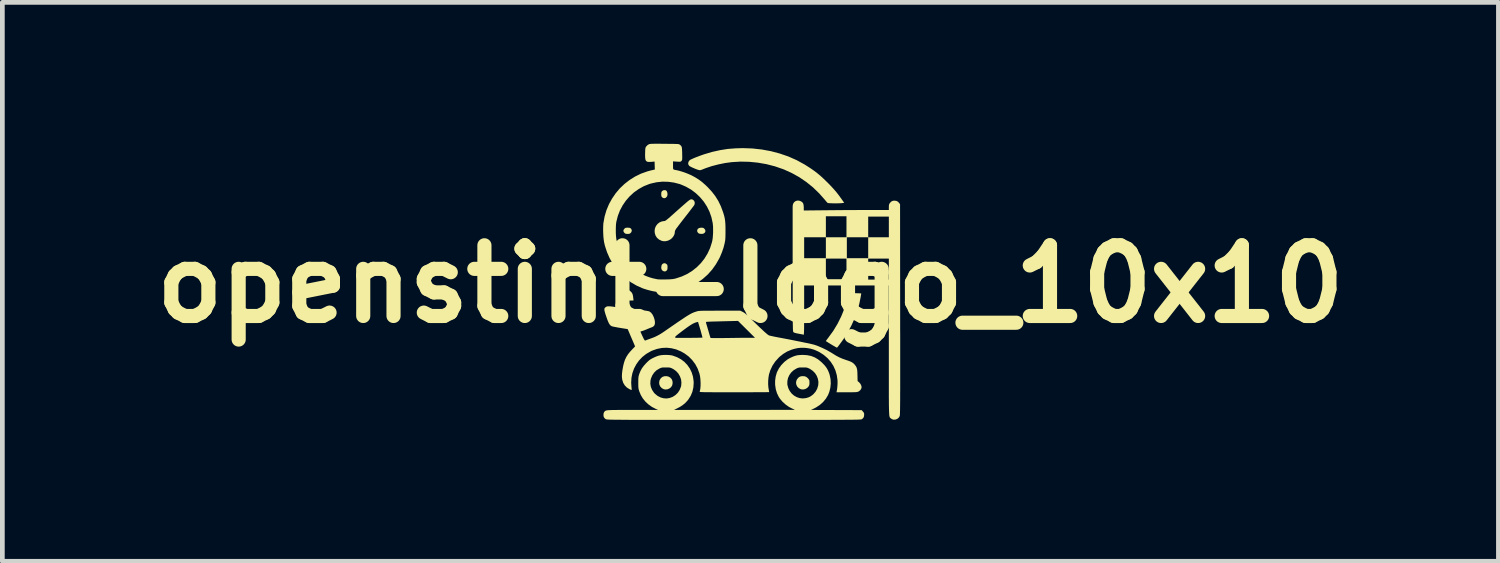
<source format=kicad_pcb>
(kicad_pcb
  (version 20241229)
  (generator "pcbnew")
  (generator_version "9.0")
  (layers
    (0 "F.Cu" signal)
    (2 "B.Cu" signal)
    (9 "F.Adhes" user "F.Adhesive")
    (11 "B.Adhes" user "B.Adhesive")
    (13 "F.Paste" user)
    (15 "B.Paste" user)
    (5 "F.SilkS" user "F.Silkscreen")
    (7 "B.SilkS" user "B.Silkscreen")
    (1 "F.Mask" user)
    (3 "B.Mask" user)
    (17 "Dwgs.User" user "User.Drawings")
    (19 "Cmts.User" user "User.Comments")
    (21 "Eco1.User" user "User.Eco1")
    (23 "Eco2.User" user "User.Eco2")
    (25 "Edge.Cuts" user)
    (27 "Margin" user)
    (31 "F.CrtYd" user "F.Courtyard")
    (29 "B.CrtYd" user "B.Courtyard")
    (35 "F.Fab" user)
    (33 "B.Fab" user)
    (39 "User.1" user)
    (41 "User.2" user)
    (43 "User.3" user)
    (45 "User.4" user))
  (footprint "openstint-logo_10x10"
    (layer "F.Cu")
    (at 12.871 2.976)
    (property "Reference" "openstint-logo_10x10" (at 0 0 0) (layer "F.SilkS") (effects (font (size 1.5 1.5) (thickness 0.3))))
    (attr board_only exclude_from_pos_files exclude_from_bom)
    (fp_poly (pts (xy -1.793 -1.987) (xy -1.777 -1.974) (xy -1.765 -1.949) (xy -1.759 -1.917) (xy -1.758 -1.902) (xy -1.764 -1.869) (xy -1.779 -1.844) (xy -1.801 -1.827) (xy -1.827 -1.82) (xy -1.853 -1.826) (xy -1.872 -1.84) (xy -1.883 -1.853) (xy -1.889 -1.87) (xy -1.891 -1.894) (xy -1.891 -1.906) (xy -1.89 -1.935) (xy -1.885 -1.954) (xy -1.877 -1.968) (xy -1.872 -1.973) (xy -1.846 -1.989) (xy -1.814 -1.992)) (stroke (width 0) (type solid)) (fill yes) (layer "F.SilkS"))
    (fp_poly (pts (xy -1.014 -1.194) (xy -0.996 -1.189) (xy -0.98 -1.177) (xy -0.976 -1.173) (xy -0.957 -1.145) (xy -0.954 -1.118) (xy -0.964 -1.093) (xy -0.989 -1.072) (xy -0.99 -1.072) (xy -1.014 -1.065) (xy -1.045 -1.063) (xy -1.076 -1.067) (xy -1.094 -1.073) (xy -1.115 -1.091) (xy -1.128 -1.117) (xy -1.128 -1.144) (xy -1.128 -1.144) (xy -1.114 -1.171) (xy -1.088 -1.188) (xy -1.051 -1.195) (xy -1.041 -1.195)) (stroke (width 0) (type solid)) (fill yes) (layer "F.SilkS"))
    (fp_poly (pts (xy -1.797 -0.435) (xy -1.776 -0.42) (xy -1.765 -0.408) (xy -1.76 -0.392) (xy -1.758 -0.369) (xy -1.758 -0.354) (xy -1.759 -0.325) (xy -1.763 -0.306) (xy -1.771 -0.292) (xy -1.777 -0.285) (xy -1.803 -0.268) (xy -1.831 -0.267) (xy -1.858 -0.28) (xy -1.868 -0.288) (xy -1.883 -0.308) (xy -1.89 -0.329) (xy -1.891 -0.347) (xy -1.887 -0.385) (xy -1.877 -0.412) (xy -1.857 -0.431) (xy -1.852 -0.434) (xy -1.824 -0.442)) (stroke (width 0) (type solid)) (fill yes) (layer "F.SilkS"))
    (fp_poly (pts (xy -1.735 1.965) (xy -1.698 1.987) (xy -1.67 2.018) (xy -1.654 2.056) (xy -1.649 2.099) (xy -1.657 2.144) (xy -1.665 2.162) (xy -1.689 2.195) (xy -1.724 2.22) (xy -1.764 2.235) (xy -1.807 2.238) (xy -1.839 2.231) (xy -1.88 2.209) (xy -1.91 2.177) (xy -1.93 2.138) (xy -1.936 2.095) (xy -1.929 2.051) (xy -1.926 2.041) (xy -1.901 2) (xy -1.868 1.972) (xy -1.826 1.957) (xy -1.78 1.955)) (stroke (width 0) (type solid)) (fill yes) (layer "F.SilkS"))
    (fp_poly (pts (xy -2.573 -1.194) (xy -2.555 -1.19) (xy -2.54 -1.181) (xy -2.535 -1.176) (xy -2.518 -1.15) (xy -2.517 -1.123) (xy -2.53 -1.095) (xy -2.539 -1.085) (xy -2.554 -1.072) (xy -2.571 -1.065) (xy -2.594 -1.063) (xy -2.606 -1.063) (xy -2.633 -1.064) (xy -2.651 -1.069) (xy -2.666 -1.079) (xy -2.673 -1.085) (xy -2.689 -1.108) (xy -2.695 -1.129) (xy -2.689 -1.15) (xy -2.673 -1.173) (xy -2.658 -1.186) (xy -2.643 -1.192) (xy -2.622 -1.195) (xy -2.602 -1.195)) (stroke (width 0) (type solid)) (fill yes) (layer "F.SilkS"))
    (fp_poly (pts (xy 1.149 1.957) (xy 1.185 1.97) (xy 1.217 1.996) (xy 1.23 2.011) (xy 1.243 2.029) (xy 1.251 2.046) (xy 1.253 2.068) (xy 1.254 2.093) (xy 1.253 2.125) (xy 1.248 2.148) (xy 1.239 2.167) (xy 1.235 2.174) (xy 1.204 2.206) (xy 1.166 2.228) (xy 1.123 2.238) (xy 1.081 2.235) (xy 1.068 2.231) (xy 1.026 2.209) (xy 0.996 2.178) (xy 0.977 2.14) (xy 0.969 2.1) (xy 0.974 2.058) (xy 0.991 2.019) (xy 1.022 1.985) (xy 1.028 1.979) (xy 1.05 1.966) (xy 1.075 1.958) (xy 1.105 1.955)) (stroke (width 0) (type solid)) (fill yes) (layer "F.SilkS"))
    (fp_poly (pts (xy -2.716 0.033) (xy -2.679 0.061) (xy -2.64 0.089) (xy -2.603 0.114) (xy -2.584 0.126) (xy -2.544 0.154) (xy -2.517 0.182) (xy -2.5 0.214) (xy -2.49 0.254) (xy -2.488 0.271) (xy -2.485 0.299) (xy -2.482 0.323) (xy -2.48 0.334) (xy -2.479 0.341) (xy -2.481 0.346) (xy -2.489 0.349) (xy -2.505 0.351) (xy -2.532 0.351) (xy -2.568 0.35) (xy -2.611 0.349) (xy -2.653 0.348) (xy -2.689 0.347) (xy -2.708 0.346) (xy -2.756 0.343) (xy -2.765 0.279) (xy -2.771 0.235) (xy -2.776 0.186) (xy -2.781 0.136) (xy -2.785 0.088) (xy -2.788 0.047) (xy -2.789 0.016) (xy -2.789 0.01) (xy -2.789 -0.023)) (stroke (width 0) (type solid)) (fill yes) (layer "F.SilkS"))
    (fp_poly (pts (xy 2.272 0.196) (xy 2.308 0.197) (xy 2.334 0.198) (xy 2.349 0.2) (xy 2.352 0.202) (xy 2.35 0.216) (xy 2.346 0.242) (xy 2.34 0.277) (xy 2.332 0.317) (xy 2.323 0.36) (xy 2.315 0.401) (xy 2.307 0.437) (xy 2.3 0.462) (xy 2.26 0.599) (xy 2.208 0.739) (xy 2.144 0.879) (xy 2.072 1.015) (xy 2.01 1.117) (xy 1.991 1.146) (xy 1.968 1.18) (xy 1.942 1.216) (xy 1.916 1.251) (xy 1.891 1.285) (xy 1.869 1.314) (xy 1.852 1.336) (xy 1.84 1.349) (xy 1.837 1.351) (xy 1.829 1.347) (xy 1.81 1.337) (xy 1.782 1.321) (xy 1.747 1.301) (xy 1.717 1.283) (xy 1.68 1.26) (xy 1.647 1.24) (xy 1.622 1.224) (xy 1.606 1.214) (xy 1.602 1.21) (xy 1.606 1.203) (xy 1.619 1.185) (xy 1.636 1.162) (xy 1.653 1.14) (xy 1.759 0.994) (xy 1.85 0.843) (xy 1.928 0.687) (xy 1.992 0.528) (xy 2.04 0.367) (xy 2.051 0.324) (xy 2.061 0.28) (xy 2.07 0.247) (xy 2.081 0.224) (xy 2.096 0.209) (xy 2.117 0.201) (xy 2.147 0.197) (xy 2.189 0.195) (xy 2.231 0.195)) (stroke (width 0) (type solid)) (fill yes) (layer "F.SilkS"))
    (fp_poly (pts (xy -1.222 -1.79) (xy -1.199 -1.771) (xy -1.184 -1.745) (xy -1.18 -1.721) (xy -1.183 -1.697) (xy -1.189 -1.677) (xy -1.19 -1.675) (xy -1.197 -1.666) (xy -1.212 -1.645) (xy -1.235 -1.615) (xy -1.264 -1.577) (xy -1.298 -1.532) (xy -1.337 -1.482) (xy -1.38 -1.427) (xy -1.4 -1.401) (xy -1.45 -1.337) (xy -1.49 -1.285) (xy -1.523 -1.242) (xy -1.548 -1.208) (xy -1.568 -1.182) (xy -1.582 -1.161) (xy -1.591 -1.145) (xy -1.597 -1.133) (xy -1.6 -1.123) (xy -1.602 -1.114) (xy -1.602 -1.108) (xy -1.609 -1.06) (xy -1.63 -1.015) (xy -1.661 -0.976) (xy -1.7 -0.944) (xy -1.746 -0.921) (xy -1.795 -0.909) (xy -1.845 -0.908) (xy -1.884 -0.917) (xy -1.939 -0.944) (xy -1.981 -0.98) (xy -2.011 -1.026) (xy -2.028 -1.08) (xy -2.032 -1.131) (xy -2.024 -1.183) (xy -2.003 -1.231) (xy -1.971 -1.273) (xy -1.93 -1.306) (xy -1.882 -1.327) (xy -1.83 -1.336) (xy -1.825 -1.336) (xy -1.815 -1.338) (xy -1.803 -1.343) (xy -1.787 -1.354) (xy -1.765 -1.371) (xy -1.736 -1.395) (xy -1.698 -1.428) (xy -1.664 -1.458) (xy -1.588 -1.526) (xy -1.523 -1.584) (xy -1.468 -1.633) (xy -1.421 -1.674) (xy -1.383 -1.707) (xy -1.352 -1.734) (xy -1.327 -1.755) (xy -1.307 -1.771) (xy -1.291 -1.782) (xy -1.279 -1.789) (xy -1.269 -1.794) (xy -1.261 -1.796) (xy -1.254 -1.797) (xy -1.249 -1.797)) (stroke (width 0) (type solid)) (fill yes) (layer "F.SilkS"))
    (fp_poly (pts (xy 0.042 -2.876) (xy 0.242 -2.854) (xy 0.437 -2.818) (xy 0.625 -2.768) (xy 0.808 -2.705) (xy 0.984 -2.627) (xy 1.152 -2.535) (xy 1.277 -2.455) (xy 1.35 -2.404) (xy 1.416 -2.354) (xy 1.479 -2.302) (xy 1.542 -2.245) (xy 1.61 -2.179) (xy 1.637 -2.153) (xy 1.707 -2.081) (xy 1.768 -2.015) (xy 1.824 -1.95) (xy 1.877 -1.882) (xy 1.931 -1.808) (xy 1.936 -1.8) (xy 1.991 -1.723) (xy 1.955 -1.718) (xy 1.927 -1.715) (xy 1.89 -1.713) (xy 1.848 -1.712) (xy 1.803 -1.711) (xy 1.758 -1.712) (xy 1.716 -1.713) (xy 1.681 -1.715) (xy 1.654 -1.717) (xy 1.64 -1.72) (xy 1.639 -1.721) (xy 1.628 -1.731) (xy 1.611 -1.75) (xy 1.591 -1.774) (xy 1.585 -1.782) (xy 1.461 -1.922) (xy 1.329 -2.05) (xy 1.188 -2.164) (xy 1.038 -2.266) (xy 0.88 -2.354) (xy 0.715 -2.429) (xy 0.694 -2.437) (xy 0.52 -2.497) (xy 0.341 -2.543) (xy 0.158 -2.575) (xy -0.026 -2.593) (xy -0.211 -2.597) (xy -0.393 -2.586) (xy -0.536 -2.567) (xy -0.682 -2.537) (xy -0.82 -2.501) (xy -0.948 -2.458) (xy -1.006 -2.435) (xy -1.034 -2.424) (xy -1.058 -2.417) (xy -1.073 -2.414) (xy -1.091 -2.418) (xy -1.12 -2.426) (xy -1.156 -2.439) (xy -1.194 -2.455) (xy -1.231 -2.471) (xy -1.264 -2.487) (xy -1.288 -2.501) (xy -1.299 -2.509) (xy -1.316 -2.536) (xy -1.32 -2.566) (xy -1.31 -2.597) (xy -1.288 -2.626) (xy -1.282 -2.631) (xy -1.266 -2.64) (xy -1.238 -2.653) (xy -1.201 -2.67) (xy -1.157 -2.688) (xy -1.109 -2.706) (xy -1.059 -2.725) (xy -1.011 -2.742) (xy -0.979 -2.753) (xy -0.81 -2.803) (xy -0.644 -2.84) (xy -0.479 -2.866) (xy -0.309 -2.879) (xy -0.164 -2.883)) (stroke (width 0) (type solid)) (fill yes) (layer "F.SilkS"))
    (fp_poly (pts (xy 1.032 -1.769) (xy 1.066 -1.758) (xy 1.096 -1.74) (xy 1.116 -1.718) (xy 1.127 -1.688) (xy 1.132 -1.648) (xy 1.133 -1.625) (xy 1.133 -1.56) (xy 1.608 -1.565) (xy 1.71 -1.566) (xy 1.823 -1.567) (xy 1.941 -1.568) (xy 2.062 -1.569) (xy 2.183 -1.569) (xy 2.298 -1.57) (xy 2.405 -1.57) (xy 2.501 -1.57) (xy 2.51 -1.57) (xy 2.938 -1.57) (xy 2.938 -1.628) (xy 2.939 -1.661) (xy 2.942 -1.685) (xy 2.95 -1.703) (xy 2.955 -1.711) (xy 2.982 -1.743) (xy 3.012 -1.762) (xy 3.047 -1.769) (xy 3.057 -1.769) (xy 3.099 -1.763) (xy 3.132 -1.746) (xy 3.159 -1.716) (xy 3.176 -1.692) (xy 3.178 0.539) (xy 3.178 0.761) (xy 3.178 0.968) (xy 3.179 1.161) (xy 3.179 1.339) (xy 3.179 1.504) (xy 3.179 1.656) (xy 3.179 1.795) (xy 3.179 1.923) (xy 3.179 2.039) (xy 3.179 2.145) (xy 3.179 2.24) (xy 3.178 2.326) (xy 3.178 2.402) (xy 3.178 2.47) (xy 3.177 2.529) (xy 3.177 2.581) (xy 3.176 2.626) (xy 3.176 2.664) (xy 3.175 2.697) (xy 3.174 2.724) (xy 3.174 2.746) (xy 3.173 2.763) (xy 3.172 2.777) (xy 3.171 2.788) (xy 3.17 2.795) (xy 3.168 2.801) (xy 3.168 2.803) (xy 3.147 2.837) (xy 3.116 2.862) (xy 3.078 2.876) (xy 3.037 2.878) (xy 3.025 2.875) (xy 3 2.865) (xy 2.979 2.851) (xy 2.974 2.846) (xy 2.969 2.842) (xy 2.965 2.839) (xy 2.961 2.834) (xy 2.958 2.828) (xy 2.955 2.82) (xy 2.952 2.809) (xy 2.949 2.795) (xy 2.947 2.777) (xy 2.945 2.754) (xy 2.944 2.725) (xy 2.942 2.69) (xy 2.941 2.648) (xy 2.94 2.599) (xy 2.939 2.541) (xy 2.939 2.475) (xy 2.938 2.398) (xy 2.938 2.312) (xy 2.938 2.214) (xy 2.938 2.105) (xy 2.938 1.984) (xy 2.938 1.849) (xy 2.938 1.7) (xy 2.938 1.538) (xy 2.938 1.411) (xy 2.938 0.031) (xy 2.039 0.031) (xy 1.141 0.031) (xy 1.141 0.555) (xy 1.141 0.659) (xy 1.141 0.747) (xy 1.14 0.823) (xy 1.14 0.886) (xy 1.14 0.937) (xy 1.139 0.979) (xy 1.138 1.011) (xy 1.137 1.036) (xy 1.136 1.053) (xy 1.135 1.065) (xy 1.133 1.072) (xy 1.131 1.075) (xy 1.128 1.076) (xy 1.127 1.075) (xy 1.114 1.072) (xy 1.09 1.067) (xy 1.057 1.061) (xy 1.021 1.054) (xy 0.976 1.045) (xy 0.945 1.037) (xy 0.925 1.029) (xy 0.914 1.021) (xy 0.912 1.019) (xy 0.91 1.015) (xy 0.908 1.011) (xy 0.907 1.004) (xy 0.906 0.994) (xy 0.904 0.98) (xy 0.903 0.962) (xy 0.902 0.939) (xy 0.902 0.91) (xy 0.901 0.874) (xy 0.9 0.832) (xy 0.9 0.781) (xy 0.899 0.722) (xy 0.899 0.654) (xy 0.899 0.575) (xy 0.898 0.486) (xy 0.898 0.386) (xy 0.898 0.273) (xy 0.898 0.148) (xy 0.898 0.009) (xy 0.898 -0.144) (xy 0.897 -0.312) (xy 0.897 -0.316) (xy 0.897 -0.32) (xy 1.602 -0.32) (xy 1.602 -0.102) (xy 1.82 -0.102) (xy 2.039 -0.102) (xy 2.039 -0.316) (xy 2.5 -0.316) (xy 2.5 -0.094) (xy 2.719 -0.094) (xy 2.938 -0.094) (xy 2.938 -0.316) (xy 2.938 -0.539) (xy 2.719 -0.539) (xy 2.5 -0.539) (xy 2.5 -0.316) (xy 2.039 -0.316) (xy 2.039 -0.32) (xy 2.039 -0.539) (xy 1.82 -0.539) (xy 1.602 -0.539) (xy 1.602 -0.32) (xy 0.897 -0.32) (xy 0.897 -0.459) (xy 0.897 -0.598) (xy 0.897 -0.732) (xy 0.897 -0.86) (xy 0.897 -0.982) (xy 0.897 -0.992) (xy 1.141 -0.992) (xy 1.141 -0.77) (xy 1.141 -0.547) (xy 1.371 -0.547) (xy 1.602 -0.547) (xy 1.602 -0.77) (xy 1.602 -0.992) (xy 1.82 -0.992) (xy 2.039 -0.992) (xy 2.047 -0.992) (xy 2.047 -0.77) (xy 2.047 -0.547) (xy 2.274 -0.547) (xy 2.5 -0.547) (xy 2.5 -0.77) (xy 2.5 -0.992) (xy 2.719 -0.992) (xy 2.938 -0.992) (xy 2.938 -1.211) (xy 2.938 -1.43) (xy 2.719 -1.43) (xy 2.5 -1.43) (xy 2.5 -1.211) (xy 2.5 -0.992) (xy 2.274 -0.992) (xy 2.047 -0.992) (xy 2.039 -0.992) (xy 2.039 -1.215) (xy 2.039 -1.438) (xy 1.82 -1.438) (xy 1.602 -1.438) (xy 1.602 -1.215) (xy 1.602 -0.992) (xy 1.371 -0.992) (xy 1.141 -0.992) (xy 0.897 -0.992) (xy 0.897 -1.097) (xy 0.897 -1.203) (xy 0.897 -1.301) (xy 0.897 -1.388) (xy 0.897 -1.465) (xy 0.897 -1.531) (xy 0.897 -1.585) (xy 0.897 -1.625) (xy 0.898 -1.651) (xy 0.898 -1.663) (xy 0.898 -1.663) (xy 0.907 -1.703) (xy 0.928 -1.735) (xy 0.957 -1.758) (xy 0.993 -1.77)) (stroke (width 0) (type solid)) (fill yes) (layer "F.SilkS"))
    (fp_poly (pts (xy -1.922 -2.976) (xy -1.85 -2.975) (xy -1.823 -2.975) (xy -1.746 -2.974) (xy -1.683 -2.974) (xy -1.633 -2.973) (xy -1.593 -2.972) (xy -1.563 -2.971) (xy -1.541 -2.97) (xy -1.525 -2.968) (xy -1.514 -2.965) (xy -1.506 -2.962) (xy -1.501 -2.958) (xy -1.5 -2.958) (xy -1.482 -2.944) (xy -1.47 -2.931) (xy -1.461 -2.916) (xy -1.454 -2.896) (xy -1.451 -2.87) (xy -1.449 -2.834) (xy -1.447 -2.786) (xy -1.447 -2.767) (xy -1.446 -2.718) (xy -1.446 -2.682) (xy -1.446 -2.656) (xy -1.448 -2.639) (xy -1.451 -2.628) (xy -1.456 -2.62) (xy -1.462 -2.612) (xy -1.462 -2.612) (xy -1.471 -2.603) (xy -1.48 -2.597) (xy -1.493 -2.595) (xy -1.513 -2.594) (xy -1.544 -2.596) (xy -1.561 -2.597) (xy -1.641 -2.602) (xy -1.641 -2.516) (xy -1.641 -2.478) (xy -1.64 -2.453) (xy -1.636 -2.438) (xy -1.626 -2.429) (xy -1.608 -2.423) (xy -1.578 -2.417) (xy -1.559 -2.414) (xy -1.51 -2.402) (xy -1.452 -2.385) (xy -1.389 -2.364) (xy -1.328 -2.34) (xy -1.272 -2.316) (xy -1.248 -2.305) (xy -1.167 -2.261) (xy -1.094 -2.215) (xy -1.025 -2.164) (xy -0.956 -2.103) (xy -0.906 -2.055) (xy -0.818 -1.96) (xy -0.744 -1.864) (xy -0.681 -1.763) (xy -0.628 -1.654) (xy -0.591 -1.556) (xy -0.571 -1.498) (xy -0.556 -1.447) (xy -0.545 -1.399) (xy -0.537 -1.351) (xy -0.532 -1.299) (xy -0.529 -1.24) (xy -0.528 -1.17) (xy -0.528 -1.133) (xy -0.528 -1.071) (xy -0.529 -1.022) (xy -0.53 -0.983) (xy -0.532 -0.951) (xy -0.535 -0.923) (xy -0.54 -0.897) (xy -0.545 -0.869) (xy -0.57 -0.77) (xy -0.602 -0.677) (xy -0.641 -0.583) (xy -0.66 -0.543) (xy -0.731 -0.419) (xy -0.812 -0.305) (xy -0.905 -0.201) (xy -1.008 -0.109) (xy -1.121 -0.028) (xy -1.242 0.04) (xy -1.372 0.096) (xy -1.51 0.139) (xy -1.556 0.15) (xy -1.593 0.156) (xy -1.642 0.161) (xy -1.7 0.165) (xy -1.762 0.168) (xy -1.825 0.169) (xy -1.886 0.17) (xy -1.942 0.168) (xy -1.987 0.165) (xy -2.004 0.164) (xy -2.061 0.154) (xy -2.127 0.139) (xy -2.194 0.121) (xy -2.257 0.101) (xy -2.289 0.09) (xy -2.415 0.033) (xy -2.534 -0.036) (xy -2.644 -0.118) (xy -2.746 -0.211) (xy -2.837 -0.314) (xy -2.917 -0.427) (xy -2.986 -0.548) (xy -3.042 -0.676) (xy -3.086 -0.811) (xy -3.102 -0.879) (xy -3.111 -0.934) (xy -3.118 -1) (xy -3.122 -1.073) (xy -3.124 -1.146) (xy -3.124 -1.152) (xy -2.855 -1.152) (xy -2.855 -1.089) (xy -2.852 -1.029) (xy -2.847 -0.976) (xy -2.841 -0.938) (xy -2.807 -0.813) (xy -2.76 -0.695) (xy -2.701 -0.584) (xy -2.629 -0.482) (xy -2.547 -0.39) (xy -2.454 -0.308) (xy -2.351 -0.238) (xy -2.292 -0.205) (xy -2.221 -0.172) (xy -2.149 -0.145) (xy -2.073 -0.122) (xy -1.986 -0.103) (xy -1.961 -0.099) (xy -1.947 -0.098) (xy -1.921 -0.097) (xy -1.884 -0.097) (xy -1.841 -0.097) (xy -1.797 -0.097) (xy -1.742 -0.098) (xy -1.7 -0.1) (xy -1.666 -0.103) (xy -1.637 -0.106) (xy -1.609 -0.112) (xy -1.579 -0.119) (xy -1.576 -0.12) (xy -1.455 -0.16) (xy -1.34 -0.213) (xy -1.234 -0.279) (xy -1.137 -0.356) (xy -1.049 -0.444) (xy -0.973 -0.541) (xy -0.908 -0.648) (xy -0.855 -0.762) (xy -0.816 -0.884) (xy -0.808 -0.918) (xy -0.8 -0.965) (xy -0.795 -1.023) (xy -0.791 -1.087) (xy -0.791 -1.154) (xy -0.792 -1.217) (xy -0.797 -1.274) (xy -0.8 -1.297) (xy -0.827 -1.419) (xy -0.868 -1.536) (xy -0.923 -1.646) (xy -0.989 -1.748) (xy -1.068 -1.842) (xy -1.157 -1.927) (xy -1.255 -2.001) (xy -1.363 -2.063) (xy -1.478 -2.113) (xy -1.501 -2.121) (xy -1.62 -2.152) (xy -1.742 -2.169) (xy -1.866 -2.172) (xy -1.989 -2.159) (xy -2.11 -2.132) (xy -2.146 -2.121) (xy -2.262 -2.075) (xy -2.37 -2.015) (xy -2.47 -1.944) (xy -2.561 -1.861) (xy -2.642 -1.768) (xy -2.711 -1.667) (xy -2.769 -1.558) (xy -2.813 -1.442) (xy -2.844 -1.32) (xy -2.845 -1.313) (xy -2.851 -1.268) (xy -2.854 -1.213) (xy -2.855 -1.152) (xy -3.124 -1.152) (xy -3.123 -1.215) (xy -3.12 -1.276) (xy -3.118 -1.294) (xy -3.093 -1.432) (xy -3.054 -1.565) (xy -3.001 -1.692) (xy -2.935 -1.812) (xy -2.858 -1.925) (xy -2.77 -2.029) (xy -2.671 -2.123) (xy -2.563 -2.207) (xy -2.446 -2.28) (xy -2.322 -2.341) (xy -2.19 -2.388) (xy -2.127 -2.406) (xy -2.095 -2.413) (xy -2.067 -2.42) (xy -2.049 -2.424) (xy -2.047 -2.425) (xy -2.027 -2.429) (xy -2.03 -2.514) (xy -2.032 -2.598) (xy -2.103 -2.592) (xy -2.144 -2.59) (xy -2.176 -2.592) (xy -2.199 -2.6) (xy -2.216 -2.616) (xy -2.227 -2.641) (xy -2.232 -2.677) (xy -2.234 -2.725) (xy -2.233 -2.782) (xy -2.232 -2.825) (xy -2.23 -2.856) (xy -2.228 -2.878) (xy -2.224 -2.894) (xy -2.218 -2.906) (xy -2.211 -2.917) (xy -2.191 -2.939) (xy -2.166 -2.958) (xy -2.159 -2.962) (xy -2.15 -2.965) (xy -2.141 -2.969) (xy -2.129 -2.971) (xy -2.114 -2.973) (xy -2.093 -2.975) (xy -2.065 -2.975) (xy -2.028 -2.976) (xy -1.981 -2.976)) (stroke (width 0) (type solid)) (fill yes) (layer "F.SilkS"))
    (fp_poly (pts (xy 1.205 1.51) (xy 1.289 1.527) (xy 1.366 1.557) (xy 1.438 1.6) (xy 1.509 1.658) (xy 1.531 1.68) (xy 1.58 1.731) (xy 1.617 1.78) (xy 1.646 1.831) (xy 1.67 1.889) (xy 1.684 1.934) (xy 1.701 2.019) (xy 1.706 2.108) (xy 1.697 2.198) (xy 1.676 2.285) (xy 1.649 2.354) (xy 1.602 2.433) (xy 1.543 2.504) (xy 1.472 2.567) (xy 1.391 2.62) (xy 1.356 2.638) (xy 1.285 2.672) (xy 1.823 2.674) (xy 2.361 2.676) (xy 2.387 2.705) (xy 2.404 2.725) (xy 2.412 2.743) (xy 2.414 2.767) (xy 2.414 2.776) (xy 2.409 2.816) (xy 2.392 2.847) (xy 2.362 2.87) (xy 2.359 2.871) (xy 2.356 2.872) (xy 2.35 2.873) (xy 2.34 2.874) (xy 2.326 2.875) (xy 2.309 2.876) (xy 2.286 2.877) (xy 2.258 2.878) (xy 2.225 2.878) (xy 2.185 2.879) (xy 2.138 2.879) (xy 2.085 2.88) (xy 2.024 2.88) (xy 1.954 2.881) (xy 1.876 2.881) (xy 1.789 2.881) (xy 1.693 2.882) (xy 1.586 2.882) (xy 1.47 2.882) (xy 1.342 2.882) (xy 1.202 2.882) (xy 1.051 2.883) (xy 0.888 2.883) (xy 0.711 2.883) (xy 0.522 2.883) (xy 0.318 2.883) (xy 0.101 2.883) (xy -0.132 2.883) (xy -0.353 2.883) (xy -0.597 2.883) (xy -0.825 2.883) (xy -1.039 2.883) (xy -1.238 2.883) (xy -1.424 2.883) (xy -1.597 2.883) (xy -1.757 2.883) (xy -1.904 2.883) (xy -2.041 2.883) (xy -2.165 2.882) (xy -2.28 2.882) (xy -2.383 2.882) (xy -2.478 2.882) (xy -2.563 2.882) (xy -2.639 2.881) (xy -2.707 2.881) (xy -2.767 2.88) (xy -2.82 2.88) (xy -2.866 2.88) (xy -2.905 2.879) (xy -2.939 2.878) (xy -2.968 2.878) (xy -2.992 2.877) (xy -3.011 2.876) (xy -3.027 2.875) (xy -3.039 2.874) (xy -3.048 2.873) (xy -3.055 2.872) (xy -3.06 2.871) (xy -3.064 2.87) (xy -3.067 2.869) (xy -3.068 2.868) (xy -3.096 2.845) (xy -3.112 2.818) (xy -3.117 2.782) (xy -3.117 2.777) (xy -3.114 2.744) (xy -3.104 2.72) (xy -3.101 2.716) (xy -3.095 2.708) (xy -3.089 2.7) (xy -3.082 2.694) (xy -3.073 2.689) (xy -3.061 2.685) (xy -3.046 2.681) (xy -3.025 2.678) (xy -2.997 2.676) (xy -2.963 2.675) (xy -2.919 2.673) (xy -2.866 2.673) (xy -2.802 2.672) (xy -2.727 2.672) (xy -2.638 2.672) (xy -2.535 2.672) (xy -2.499 2.672) (xy -1.957 2.672) (xy -2.009 2.649) (xy -2.09 2.607) (xy -2.166 2.552) (xy -2.224 2.498) (xy -2.281 2.429) (xy -2.324 2.357) (xy -2.357 2.278) (xy -2.357 2.277) (xy -2.365 2.252) (xy -2.371 2.229) (xy -2.375 2.205) (xy -2.377 2.178) (xy -2.378 2.141) (xy -2.378 2.115) (xy -2.123 2.115) (xy -2.112 2.182) (xy -2.086 2.245) (xy -2.047 2.304) (xy -2.024 2.329) (xy -1.969 2.374) (xy -1.908 2.406) (xy -1.843 2.424) (xy -1.777 2.429) (xy -1.714 2.419) (xy -1.648 2.394) (xy -1.589 2.356) (xy -1.539 2.307) (xy -1.501 2.249) (xy -1.475 2.184) (xy -1.468 2.158) (xy -1.463 2.09) (xy -1.471 2.023) (xy -1.494 1.959) (xy -1.528 1.9) (xy -1.573 1.85) (xy -1.628 1.809) (xy -1.654 1.795) (xy -1.679 1.783) (xy -1.699 1.776) (xy -1.72 1.772) (xy -1.746 1.77) (xy -1.782 1.77) (xy -1.793 1.77) (xy -1.832 1.77) (xy -1.86 1.771) (xy -1.882 1.775) (xy -1.902 1.781) (xy -1.925 1.791) (xy -1.932 1.795) (xy -1.992 1.831) (xy -2.042 1.88) (xy -2.081 1.938) (xy -2.109 2.004) (xy -2.119 2.046) (xy -2.123 2.115) (xy -2.378 2.115) (xy -2.378 2.094) (xy -2.378 2.046) (xy -2.377 2.01) (xy -2.375 1.983) (xy -2.372 1.96) (xy -2.366 1.938) (xy -2.358 1.912) (xy -2.358 1.91) (xy -2.332 1.846) (xy -2.301 1.789) (xy -2.261 1.735) (xy -2.21 1.678) (xy -2.207 1.675) (xy -2.173 1.642) (xy -2.145 1.617) (xy -2.118 1.598) (xy -2.087 1.58) (xy -2.062 1.568) (xy -2.025 1.55) (xy -1.986 1.534) (xy -1.951 1.522) (xy -1.938 1.518) (xy -1.894 1.51) (xy -1.841 1.505) (xy -1.783 1.504) (xy -1.726 1.507) (xy -1.676 1.513) (xy -1.649 1.519) (xy -1.557 1.552) (xy -1.473 1.597) (xy -1.399 1.653) (xy -1.336 1.72) (xy -1.284 1.795) (xy -1.244 1.879) (xy -1.217 1.969) (xy -1.204 2.064) (xy -1.203 2.102) (xy -1.21 2.198) (xy -1.231 2.288) (xy -1.266 2.372) (xy -1.315 2.449) (xy -1.332 2.471) (xy -1.381 2.524) (xy -1.434 2.568) (xy -1.495 2.608) (xy -1.543 2.633) (xy -1.621 2.672) (xy -0.337 2.672) (xy -0.196 2.672) (xy -0.06 2.672) (xy 0.071 2.672) (xy 0.196 2.672) (xy 0.314 2.672) (xy 0.424 2.671) (xy 0.527 2.671) (xy 0.62 2.671) (xy 0.703 2.671) (xy 0.775 2.67) (xy 0.835 2.67) (xy 0.883 2.67) (xy 0.918 2.67) (xy 0.939 2.669) (xy 0.945 2.669) (xy 0.936 2.665) (xy 0.918 2.656) (xy 0.892 2.645) (xy 0.891 2.645) (xy 0.82 2.608) (xy 0.75 2.559) (xy 0.686 2.502) (xy 0.632 2.439) (xy 0.603 2.396) (xy 0.565 2.318) (xy 0.539 2.233) (xy 0.526 2.143) (xy 0.525 2.126) (xy 0.784 2.126) (xy 0.787 2.145) (xy 0.806 2.213) (xy 0.837 2.273) (xy 0.878 2.326) (xy 0.927 2.368) (xy 0.984 2.4) (xy 1.046 2.421) (xy 1.111 2.428) (xy 1.177 2.421) (xy 1.19 2.418) (xy 1.239 2.403) (xy 1.28 2.382) (xy 1.319 2.353) (xy 1.339 2.336) (xy 1.383 2.285) (xy 1.417 2.224) (xy 1.438 2.156) (xy 1.44 2.146) (xy 1.444 2.078) (xy 1.433 2.012) (xy 1.409 1.949) (xy 1.373 1.892) (xy 1.325 1.843) (xy 1.267 1.803) (xy 1.254 1.796) (xy 1.229 1.785) (xy 1.209 1.777) (xy 1.189 1.772) (xy 1.164 1.77) (xy 1.131 1.77) (xy 1.114 1.77) (xy 1.075 1.77) (xy 1.046 1.771) (xy 1.025 1.775) (xy 1.005 1.781) (xy 0.982 1.791) (xy 0.974 1.795) (xy 0.916 1.831) (xy 0.866 1.877) (xy 0.827 1.932) (xy 0.799 1.993) (xy 0.785 2.059) (xy 0.784 2.126) (xy 0.525 2.126) (xy 0.525 2.052) (xy 0.537 1.963) (xy 0.562 1.877) (xy 0.566 1.868) (xy 0.605 1.791) (xy 0.657 1.719) (xy 0.72 1.654) (xy 0.79 1.599) (xy 0.845 1.568) (xy 0.903 1.541) (xy 0.953 1.523) (xy 1.003 1.511) (xy 1.058 1.506) (xy 1.113 1.504)) (stroke (width 0) (type solid)) (fill yes) (layer "F.SilkS"))
    (fp_poly (pts (xy -2.993 0.473) (xy -2.955 0.476) (xy -2.906 0.482) (xy -2.89 0.485) (xy -2.854 0.489) (xy -2.805 0.495) (xy -2.746 0.503) (xy -2.679 0.511) (xy -2.608 0.519) (xy -2.535 0.527) (xy -2.468 0.535) (xy -2.382 0.545) (xy -2.307 0.554) (xy -2.246 0.562) (xy -2.199 0.569) (xy -2.165 0.575) (xy -2.146 0.58) (xy -2.144 0.581) (xy -2.107 0.608) (xy -2.075 0.65) (xy -2.049 0.704) (xy -2.035 0.748) (xy -2.025 0.801) (xy -2.026 0.844) (xy -2.037 0.878) (xy -2.061 0.903) (xy -2.091 0.918) (xy -2.115 0.927) (xy -2.148 0.94) (xy -2.185 0.955) (xy -2.203 0.963) (xy -2.238 0.977) (xy -2.269 0.989) (xy -2.294 0.997) (xy -2.303 1) (xy -2.322 1.005) (xy -2.332 1.009) (xy -2.332 1.009) (xy -2.33 1.017) (xy -2.322 1.036) (xy -2.309 1.064) (xy -2.294 1.098) (xy -2.289 1.108) (xy -2.27 1.148) (xy -2.256 1.174) (xy -2.245 1.191) (xy -2.238 1.198) (xy -2.231 1.2) (xy -2.229 1.199) (xy -2.216 1.194) (xy -2.193 1.185) (xy -2.161 1.173) (xy -2.124 1.16) (xy -2.121 1.159) (xy -2.067 1.139) (xy -2.052 1.133) (xy -1.598 1.133) (xy -1.59 1.138) (xy -1.575 1.142) (xy -1.575 1.142) (xy -1.564 1.142) (xy -1.539 1.143) (xy -1.504 1.143) (xy -1.46 1.143) (xy -1.41 1.143) (xy -1.355 1.143) (xy -1.298 1.142) (xy -1.241 1.142) (xy -1.186 1.141) (xy -1.135 1.141) (xy -1.091 1.14) (xy -1.055 1.139) (xy -1.03 1.138) (xy -1.018 1.137) (xy -1.017 1.137) (xy -1.018 1.129) (xy -1.023 1.107) (xy -1.032 1.075) (xy -1.043 1.034) (xy -1.056 0.985) (xy -1.072 0.932) (xy -1.089 0.875) (xy -1.091 0.869) (xy -1.107 0.815) (xy -0.942 0.815) (xy -0.938 0.832) (xy -0.938 0.833) (xy -0.934 0.847) (xy -0.926 0.874) (xy -0.915 0.91) (xy -0.903 0.953) (xy -0.89 0.996) (xy -0.877 1.041) (xy -0.866 1.08) (xy -0.856 1.112) (xy -0.849 1.134) (xy -0.846 1.144) (xy -0.837 1.145) (xy -0.814 1.146) (xy -0.779 1.147) (xy -0.732 1.147) (xy -0.675 1.147) (xy -0.61 1.147) (xy -0.537 1.146) (xy -0.524 1.146) (xy -0.448 1.145) (xy -0.37 1.144) (xy -0.293 1.143) (xy -0.22 1.142) (xy -0.154 1.141) (xy -0.098 1.141) (xy -0.055 1.141) (xy 0.098 1.141) (xy -0.082 0.962) (xy -0.262 0.783) (xy -0.598 0.791) (xy -0.669 0.793) (xy -0.735 0.795) (xy -0.795 0.796) (xy -0.846 0.798) (xy -0.888 0.8) (xy -0.919 0.802) (xy -0.936 0.803) (xy -0.94 0.804) (xy -0.942 0.815) (xy -1.107 0.815) (xy -1.11 0.804) (xy -1.135 0.809) (xy -1.163 0.817) (xy -1.195 0.83) (xy -1.231 0.848) (xy -1.273 0.874) (xy -1.322 0.907) (xy -1.379 0.948) (xy -1.446 0.998) (xy -1.498 1.038) (xy -1.539 1.07) (xy -1.569 1.094) (xy -1.588 1.112) (xy -1.597 1.124) (xy -1.598 1.133) (xy -2.052 1.133) (xy -2.021 1.12) (xy -1.978 1.099) (xy -1.935 1.076) (xy -1.89 1.049) (xy -1.838 1.015) (xy -1.785 0.978) (xy -1.691 0.913) (xy -1.608 0.856) (xy -1.536 0.806) (xy -1.473 0.764) (xy -1.419 0.728) (xy -1.373 0.697) (xy -1.333 0.672) (xy -1.298 0.651) (xy -1.268 0.634) (xy -1.241 0.62) (xy -1.216 0.609) (xy -1.192 0.599) (xy -1.168 0.591) (xy -1.149 0.585) (xy -1.136 0.581) (xy -1.124 0.577) (xy -1.111 0.575) (xy -1.096 0.572) (xy -1.078 0.571) (xy -1.055 0.569) (xy -1.026 0.568) (xy -0.989 0.567) (xy -0.943 0.567) (xy -0.887 0.567) (xy -0.82 0.567) (xy -0.739 0.566) (xy -0.652 0.566) (xy -0.215 0.566) (xy -0.164 0.591) (xy -0.146 0.601) (xy -0.127 0.613) (xy -0.106 0.629) (xy -0.08 0.651) (xy -0.049 0.68) (xy -0.01 0.717) (xy 0.035 0.762) (xy 0.115 0.84) (xy 0.185 0.908) (xy 0.245 0.964) (xy 0.294 1.01) (xy 0.334 1.045) (xy 0.364 1.07) (xy 0.385 1.085) (xy 0.392 1.089) (xy 0.407 1.094) (xy 0.435 1.101) (xy 0.473 1.109) (xy 0.519 1.119) (xy 0.571 1.129) (xy 0.613 1.137) (xy 0.71 1.155) (xy 0.804 1.173) (xy 0.896 1.191) (xy 0.984 1.209) (xy 1.066 1.225) (xy 1.141 1.241) (xy 1.208 1.254) (xy 1.264 1.266) (xy 1.308 1.277) (xy 1.34 1.284) (xy 1.353 1.288) (xy 1.441 1.319) (xy 1.533 1.359) (xy 1.627 1.405) (xy 1.715 1.456) (xy 1.754 1.48) (xy 1.82 1.521) (xy 1.884 1.555) (xy 1.954 1.585) (xy 2.024 1.61) (xy 2.075 1.627) (xy 2.115 1.642) (xy 2.145 1.655) (xy 2.167 1.669) (xy 2.186 1.683) (xy 2.204 1.7) (xy 2.207 1.704) (xy 2.228 1.729) (xy 2.245 1.754) (xy 2.256 1.78) (xy 2.264 1.811) (xy 2.269 1.85) (xy 2.271 1.899) (xy 2.272 1.934) (xy 2.275 2.059) (xy 2.302 2.081) (xy 2.329 2.11) (xy 2.349 2.144) (xy 2.359 2.179) (xy 2.36 2.188) (xy 2.352 2.222) (xy 2.332 2.253) (xy 2.302 2.277) (xy 2.294 2.281) (xy 2.284 2.286) (xy 2.272 2.289) (xy 2.258 2.292) (xy 2.239 2.294) (xy 2.214 2.296) (xy 2.18 2.296) (xy 2.135 2.297) (xy 2.078 2.297) (xy 2.044 2.297) (xy 1.827 2.297) (xy 1.831 2.279) (xy 1.838 2.243) (xy 1.844 2.196) (xy 1.848 2.145) (xy 1.85 2.095) (xy 1.849 2.051) (xy 1.849 2.042) (xy 1.834 1.935) (xy 1.805 1.834) (xy 1.762 1.739) (xy 1.706 1.652) (xy 1.638 1.574) (xy 1.558 1.505) (xy 1.468 1.447) (xy 1.435 1.43) (xy 1.354 1.394) (xy 1.274 1.371) (xy 1.191 1.357) (xy 1.149 1.354) (xy 1.073 1.353) (xy 1.002 1.36) (xy 0.931 1.376) (xy 0.873 1.394) (xy 0.781 1.432) (xy 0.697 1.483) (xy 0.618 1.546) (xy 0.601 1.563) (xy 0.528 1.644) (xy 0.469 1.732) (xy 0.424 1.827) (xy 0.394 1.922) (xy 0.384 1.984) (xy 0.378 2.054) (xy 0.377 2.126) (xy 0.382 2.194) (xy 0.386 2.217) (xy 0.391 2.249) (xy 0.396 2.274) (xy 0.398 2.29) (xy 0.398 2.293) (xy 0.391 2.294) (xy 0.369 2.294) (xy 0.333 2.295) (xy 0.285 2.295) (xy 0.226 2.296) (xy 0.156 2.296) (xy 0.077 2.296) (xy -0.01 2.297) (xy -0.104 2.297) (xy -0.204 2.297) (xy -0.308 2.297) (xy -0.34 2.297) (xy -0.465 2.297) (xy -0.574 2.297) (xy -0.67 2.297) (xy -0.752 2.297) (xy -0.823 2.296) (xy -0.883 2.296) (xy -0.932 2.296) (xy -0.973 2.295) (xy -1.005 2.294) (xy -1.03 2.293) (xy -1.048 2.292) (xy -1.061 2.291) (xy -1.069 2.289) (xy -1.074 2.288) (xy -1.075 2.286) (xy -1.075 2.283) (xy -1.063 2.229) (xy -1.057 2.164) (xy -1.056 2.094) (xy -1.06 2.022) (xy -1.068 1.954) (xy -1.082 1.895) (xy -1.12 1.792) (xy -1.17 1.699) (xy -1.234 1.614) (xy -1.309 1.538) (xy -1.395 1.474) (xy -1.473 1.43) (xy -1.573 1.388) (xy -1.674 1.363) (xy -1.777 1.352) (xy -1.88 1.357) (xy -1.982 1.378) (xy -2.083 1.413) (xy -2.12 1.431) (xy -2.211 1.484) (xy -2.293 1.549) (xy -2.363 1.623) (xy -2.422 1.706) (xy -2.469 1.795) (xy -2.503 1.891) (xy -2.523 1.99) (xy -2.529 2.093) (xy -2.524 2.171) (xy -2.521 2.203) (xy -2.519 2.229) (xy -2.518 2.245) (xy -2.519 2.248) (xy -2.527 2.247) (xy -2.545 2.24) (xy -2.565 2.231) (xy -2.62 2.197) (xy -2.665 2.151) (xy -2.698 2.096) (xy -2.718 2.033) (xy -2.724 1.995) (xy -2.726 1.954) (xy -2.724 1.908) (xy -2.718 1.852) (xy -2.715 1.831) (xy -2.7 1.745) (xy -2.682 1.671) (xy -2.66 1.606) (xy -2.632 1.548) (xy -2.597 1.492) (xy -2.552 1.436) (xy -2.503 1.383) (xy -2.446 1.324) (xy -2.491 1.218) (xy -2.511 1.172) (xy -2.532 1.123) (xy -2.552 1.076) (xy -2.569 1.037) (xy -2.569 1.035) (xy -2.603 0.957) (xy -2.758 0.932) (xy -2.807 0.924) (xy -2.853 0.915) (xy -2.892 0.908) (xy -2.922 0.901) (xy -2.94 0.896) (xy -2.941 0.896) (xy -2.961 0.884) (xy -2.979 0.867) (xy -2.997 0.842) (xy -3.014 0.807) (xy -3.033 0.761) (xy -3.054 0.701) (xy -3.059 0.687) (xy -3.077 0.633) (xy -3.089 0.591) (xy -3.096 0.56) (xy -3.098 0.536) (xy -3.095 0.519) (xy -3.087 0.505) (xy -3.074 0.494) (xy -3.073 0.493) (xy -3.058 0.483) (xy -3.042 0.476) (xy -3.021 0.473)) (stroke (width 0) (type solid)) (fill yes) (layer "F.SilkS")))
  (gr_rect
    (start -3 -3)
    (end 28.743 8.859)
    (stroke (width 0.1) (type default))
    (fill no)
    (layer "Edge.Cuts")))
</source>
